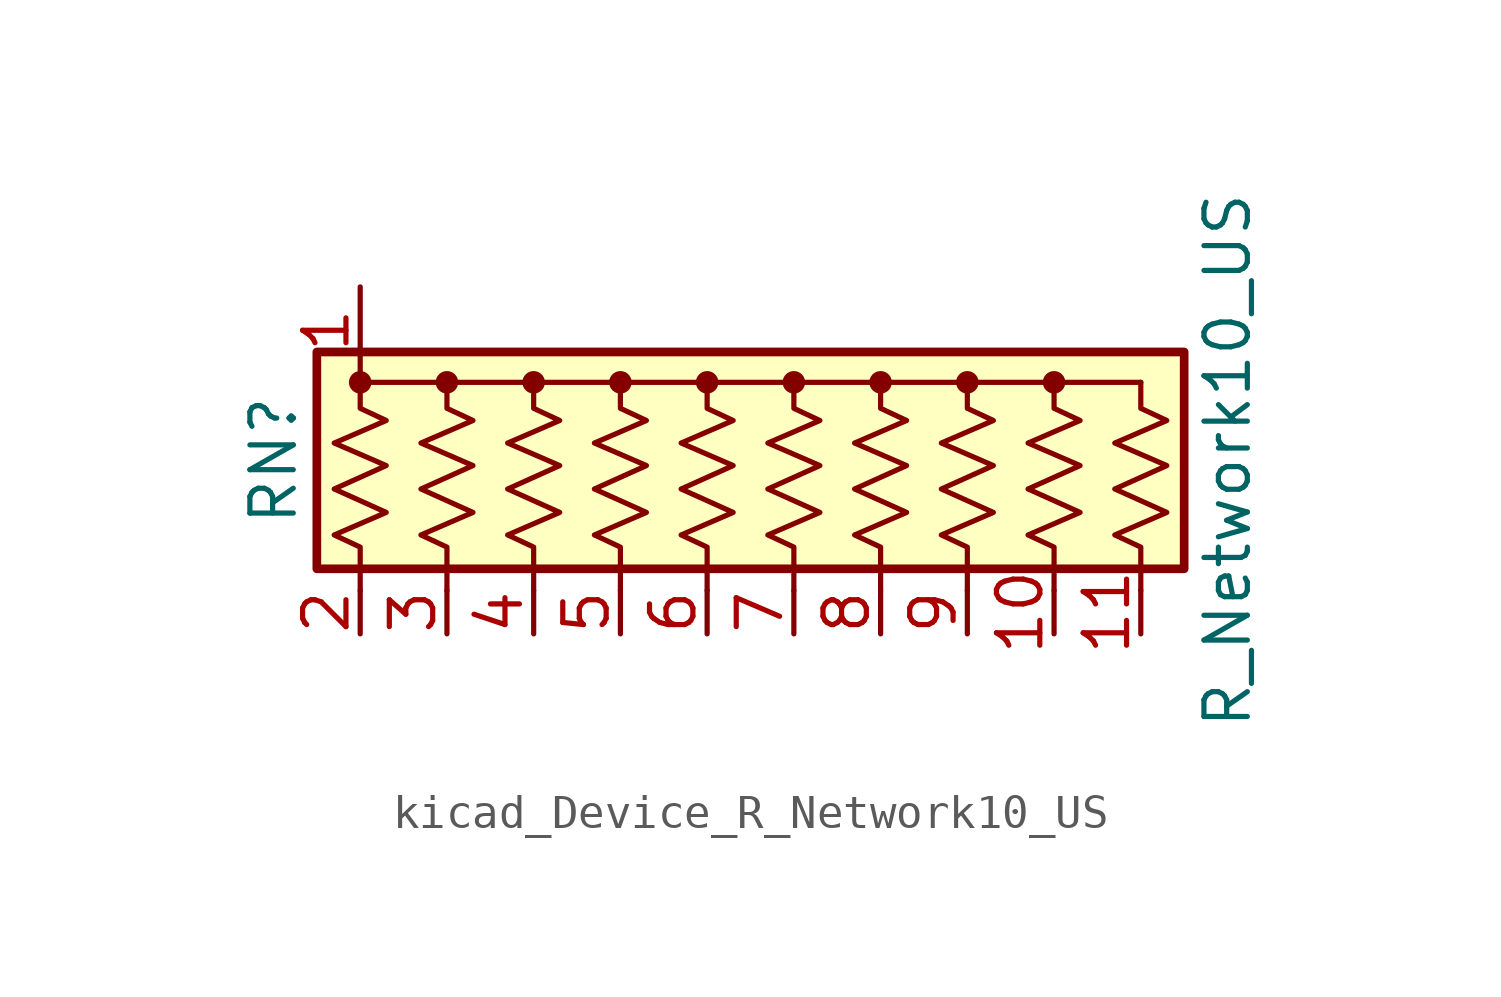
<source format=kicad_sym>
(kicad_symbol_lib
  (version 20220914)
  (generator kicad_symbol_editor)
  (symbol "kicad_Device_R_Network10_US"
    (pin_names
      (offset 0) hide)
    (property "Reference" "RN"
      (at -15.24 0 90)
      (effects (font (size 1.27 1.27))))
    (property "Value" "R_Network10_US"
      (at 12.7 0 90)
      (effects (font (size 1.27 1.27))))
    (symbol "kicad_Device_R_Network10_US_0_1"
      (rectangle (start -13.97 -3.175) (end 11.43 3.175) (stroke (width 0.254) (type default)) (fill (type background)))
      (circle (center -12.7 2.286) (radius 0.254) (stroke (width 0) (type default)) (fill (type outline)))
      (circle (center -10.16 2.286) (radius 0.254) (stroke (width 0) (type default)) (fill (type outline)))
      (circle (center -7.62 2.286) (radius 0.254) (stroke (width 0) (type default)) (fill (type outline)))
      (circle (center -5.08 2.286) (radius 0.254) (stroke (width 0) (type default)) (fill (type outline)))
      (circle (center -2.54 2.286) (radius 0.254) (stroke (width 0) (type default)) (fill (type outline)))
      (polyline (pts (xy -12.7 2.286) (xy 10.16 2.286)) (stroke (width 0) (type default)) (fill (type none)))
      (polyline (pts (xy -12.7 2.286) (xy -12.7 1.524) (xy -11.938 1.168) (xy -13.462 0.508) (xy -11.938 -0.152) (xy -13.462 -0.838) (xy -11.938 -1.524) (xy -13.462 -2.184) (xy -12.7 -2.54) (xy -12.7 -3.81)) (stroke (width 0) (type default)) (fill (type none)))
      (polyline (pts (xy -10.16 2.286) (xy -10.16 1.524) (xy -9.398 1.168) (xy -10.922 0.508) (xy -9.398 -0.152) (xy -10.922 -0.838) (xy -9.398 -1.524) (xy -10.922 -2.184) (xy -10.16 -2.54) (xy -10.16 -3.81)) (stroke (width 0) (type default)) (fill (type none)))
      (polyline (pts (xy -7.62 2.286) (xy -7.62 1.524) (xy -6.858 1.168) (xy -8.382 0.508) (xy -6.858 -0.152) (xy -8.382 -0.838) (xy -6.858 -1.524) (xy -8.382 -2.184) (xy -7.62 -2.54) (xy -7.62 -3.81)) (stroke (width 0) (type default)) (fill (type none)))
      (polyline (pts (xy -5.08 2.286) (xy -5.08 1.524) (xy -4.318 1.168) (xy -5.842 0.508) (xy -4.318 -0.152) (xy -5.842 -0.838) (xy -4.318 -1.524) (xy -5.842 -2.184) (xy -5.08 -2.54) (xy -5.08 -3.81)) (stroke (width 0) (type default)) (fill (type none)))
      (polyline (pts (xy -2.54 2.286) (xy -2.54 1.524) (xy -1.778 1.168) (xy -3.302 0.508) (xy -1.778 -0.152) (xy -3.302 -0.838) (xy -1.778 -1.524) (xy -3.302 -2.184) (xy -2.54 -2.54) (xy -2.54 -3.81)) (stroke (width 0) (type default)) (fill (type none)))
      (polyline (pts (xy 0 2.286) (xy 0 1.524) (xy 0.762 1.168) (xy -0.762 0.508) (xy 0.762 -0.152) (xy -0.762 -0.838) (xy 0.762 -1.524) (xy -0.762 -2.184) (xy 0 -2.54) (xy 0 -3.81)) (stroke (width 0) (type default)) (fill (type none)))
      (polyline (pts (xy 2.54 2.286) (xy 2.54 1.524) (xy 3.302 1.168) (xy 1.778 0.508) (xy 3.302 -0.152) (xy 1.778 -0.838) (xy 3.302 -1.524) (xy 1.778 -2.184) (xy 2.54 -2.54) (xy 2.54 -3.81)) (stroke (width 0) (type default)) (fill (type none)))
      (polyline (pts (xy 5.08 2.286) (xy 5.08 1.524) (xy 5.842 1.168) (xy 4.318 0.508) (xy 5.842 -0.152) (xy 4.318 -0.838) (xy 5.842 -1.524) (xy 4.318 -2.184) (xy 5.08 -2.54) (xy 5.08 -3.81)) (stroke (width 0) (type default)) (fill (type none)))
      (polyline (pts (xy 7.62 2.286) (xy 7.62 1.524) (xy 8.382 1.168) (xy 6.858 0.508) (xy 8.382 -0.152) (xy 6.858 -0.838) (xy 8.382 -1.524) (xy 6.858 -2.184) (xy 7.62 -2.54) (xy 7.62 -3.81)) (stroke (width 0) (type default)) (fill (type none)))
      (polyline (pts (xy 10.16 2.286) (xy 10.16 1.524) (xy 10.922 1.168) (xy 9.398 0.508) (xy 10.922 -0.152) (xy 9.398 -0.838) (xy 10.922 -1.524) (xy 9.398 -2.184) (xy 10.16 -2.54) (xy 10.16 -3.81)) (stroke (width 0) (type default)) (fill (type none)))
      (circle (center 0 2.286) (radius 0.254) (stroke (width 0) (type default)) (fill (type outline)))
      (circle (center 2.54 2.286) (radius 0.254) (stroke (width 0) (type default)) (fill (type outline)))
      (circle (center 5.08 2.286) (radius 0.254) (stroke (width 0) (type default)) (fill (type outline)))
      (circle (center 7.62 2.286) (radius 0.254) (stroke (width 0) (type default)) (fill (type outline))))
    (symbol "kicad_Device_R_Network10_US_1_1"
      (pin passive line (at -12.7 5.08 270) (length 2.54) (name "common" (effects (font (size 1.27 1.27)))) (number "1" (effects (font (size 1.27 1.27)))))
      (pin passive line (at 7.62 -5.08 90) (length 1.27) (name "R9" (effects (font (size 1.27 1.27)))) (number "10" (effects (font (size 1.27 1.27)))))
      (pin passive line (at 10.16 -5.08 90) (length 1.27) (name "R10" (effects (font (size 1.27 1.27)))) (number "11" (effects (font (size 1.27 1.27)))))
      (pin passive line (at -12.7 -5.08 90) (length 1.27) (name "R1" (effects (font (size 1.27 1.27)))) (number "2" (effects (font (size 1.27 1.27)))))
      (pin passive line (at -10.16 -5.08 90) (length 1.27) (name "R2" (effects (font (size 1.27 1.27)))) (number "3" (effects (font (size 1.27 1.27)))))
      (pin passive line (at -7.62 -5.08 90) (length 1.27) (name "R3" (effects (font (size 1.27 1.27)))) (number "4" (effects (font (size 1.27 1.27)))))
      (pin passive line (at -5.08 -5.08 90) (length 1.27) (name "R4" (effects (font (size 1.27 1.27)))) (number "5" (effects (font (size 1.27 1.27)))))
      (pin passive line (at -2.54 -5.08 90) (length 1.27) (name "R5" (effects (font (size 1.27 1.27)))) (number "6" (effects (font (size 1.27 1.27)))))
      (pin passive line (at 0 -5.08 90) (length 1.27) (name "R6" (effects (font (size 1.27 1.27)))) (number "7" (effects (font (size 1.27 1.27)))))
      (pin passive line (at 2.54 -5.08 90) (length 1.27) (name "R7" (effects (font (size 1.27 1.27)))) (number "8" (effects (font (size 1.27 1.27)))))
      (pin passive line (at 5.08 -5.08 90) (length 1.27) (name "R8" (effects (font (size 1.27 1.27)))) (number "9" (effects (font (size 1.27 1.27))))))))
</source>
